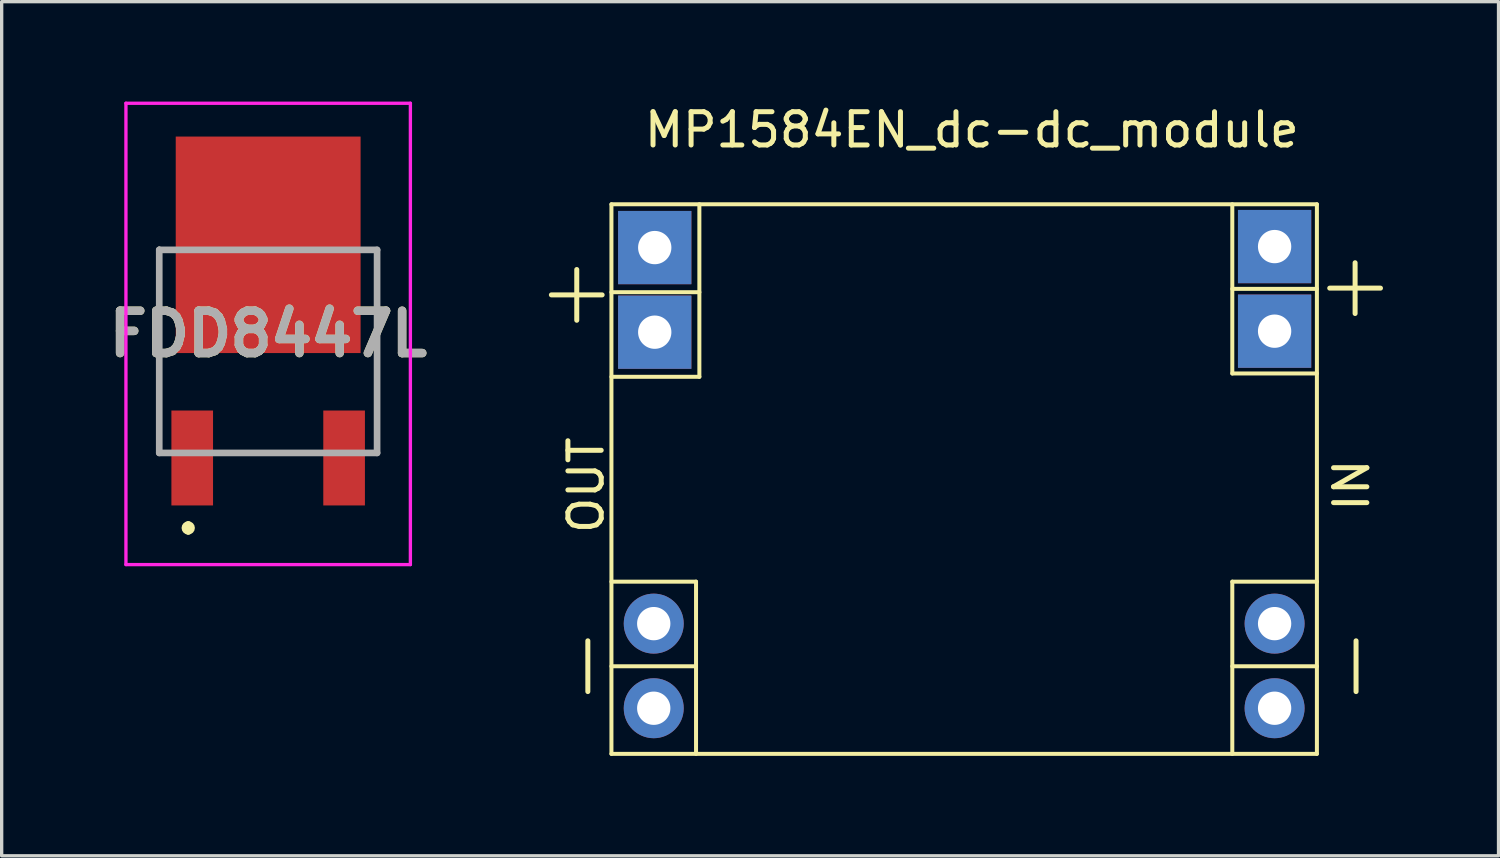
<source format=kicad_pcb>
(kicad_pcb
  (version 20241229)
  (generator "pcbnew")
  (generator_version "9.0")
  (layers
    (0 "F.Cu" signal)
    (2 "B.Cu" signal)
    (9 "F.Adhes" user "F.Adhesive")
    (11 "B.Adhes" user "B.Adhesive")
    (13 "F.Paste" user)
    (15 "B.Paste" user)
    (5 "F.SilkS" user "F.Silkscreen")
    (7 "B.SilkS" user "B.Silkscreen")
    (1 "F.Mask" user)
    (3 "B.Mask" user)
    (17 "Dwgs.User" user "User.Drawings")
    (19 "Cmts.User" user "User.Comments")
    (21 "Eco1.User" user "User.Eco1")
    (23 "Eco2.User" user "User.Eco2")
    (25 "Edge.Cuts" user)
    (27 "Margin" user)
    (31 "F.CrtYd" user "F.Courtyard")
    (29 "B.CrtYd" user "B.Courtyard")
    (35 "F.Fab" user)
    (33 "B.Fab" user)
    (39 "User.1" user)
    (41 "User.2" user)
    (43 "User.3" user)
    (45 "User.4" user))
  (footprint "FDD8447L"
    (layer "F.Cu")
    (at 5.001 7.5)
    (property "Reference" "FDD8447L" (at 0 -0.525 0) (layer "F.SilkS") (effects (font (size 1.27 1.27) (thickness 0.254))))
    (attr smd)
    (fp_line (start -3.27 -3.1) (end -3.27 3.048) (stroke (width 0.1) (type solid)) (layer "F.SilkS"))
    (fp_line (start -3.27 3.048) (end -3.1 3.048) (stroke (width 0.1) (type solid)) (layer "F.SilkS"))
    (fp_line (start -2.4 5.2) (end -2.4 5.2) (stroke (width 0.2) (type solid)) (layer "F.SilkS"))
    (fp_line (start -2.4 5.4) (end -2.4 5.4) (stroke (width 0.2) (type solid)) (layer "F.SilkS"))
    (fp_line (start -1.5 3.048) (end 1.5 3.048) (stroke (width 0.1) (type solid)) (layer "F.SilkS"))
    (fp_line (start 3.27 -3.048) (end 3.27 3.048) (stroke (width 0.1) (type solid)) (layer "F.SilkS"))
    (fp_line (start 3.27 3.048) (end 3.1 3.048) (stroke (width 0.1) (type solid)) (layer "F.SilkS"))
    (fp_arc (start -2.4 5.2) (mid -2.3 5.3) (end -2.4 5.4) (stroke (width 0.2) (type solid)) (layer "F.SilkS"))
    (fp_arc (start -2.4 5.4) (mid -2.5 5.3) (end -2.4 5.2) (stroke (width 0.2) (type solid)) (layer "F.SilkS"))
    (fp_line (start -4.27 -7.45) (end 4.27 -7.45) (stroke (width 0.1) (type solid)) (layer "F.CrtYd"))
    (fp_line (start -4.27 6.4) (end -4.27 -7.45) (stroke (width 0.1) (type solid)) (layer "F.CrtYd"))
    (fp_line (start 4.27 -7.45) (end 4.27 6.4) (stroke (width 0.1) (type solid)) (layer "F.CrtYd"))
    (fp_line (start 4.27 6.4) (end -4.27 6.4) (stroke (width 0.1) (type solid)) (layer "F.CrtYd"))
    (fp_line (start -3.27 -3.048) (end 3.27 -3.048) (stroke (width 0.2) (type solid)) (layer "F.Fab"))
    (fp_line (start -3.27 3.048) (end -3.27 -3.048) (stroke (width 0.2) (type solid)) (layer "F.Fab"))
    (fp_line (start 3.27 -3.048) (end 3.27 3.048) (stroke (width 0.2) (type solid)) (layer "F.Fab"))
    (fp_line (start 3.27 3.048) (end -3.27 3.048) (stroke (width 0.2) (type solid)) (layer "F.Fab"))
    (fp_text user "${REFERENCE}" (at 0 -0.525 0) (layer "F.Fab") (effects (font (size 1.27 1.27) (thickness 0.254))))
    (pad "1" smd rect (at -2.28 3.2) (size 1.25 2.85) (layers "F.Cu" "F.Mask" "F.Paste"))
    (pad "2" smd rect (at 0 -3.2) (size 5.55 6.5) (layers "F.Cu" "F.Mask" "F.Paste"))
    (pad "3" smd rect (at 2.28 3.2) (size 1.25 2.85) (layers "F.Cu" "F.Mask" "F.Paste")))
  (footprint "MP1584EN_dc-dc_module"
    (layer "F.Cu")
    (at 15.307 3.083)
    (property "Reference" "MP1584EN_dc-dc_module" (at 10.82 -2.235 0) (layer "F.SilkS") (effects (font (size 1 1) (thickness 0.15))))
    (attr through_hole)
    (fp_line (start 0 0) (end 0 16.5) (stroke (width 0.12) (type solid)) (layer "F.SilkS"))
    (fp_line (start 0 0) (end 21.18 0) (stroke (width 0.12) (type solid)) (layer "F.SilkS"))
    (fp_line (start 0 2.64) (end 2.64 2.64) (stroke (width 0.12) (type solid)) (layer "F.SilkS"))
    (fp_line (start 0 5.18) (end 2.64 5.18) (stroke (width 0.12) (type solid)) (layer "F.SilkS"))
    (fp_line (start 0 11.33) (end 2.54 11.33) (stroke (width 0.12) (type solid)) (layer "F.SilkS"))
    (fp_line (start 0 13.87) (end 2.54 13.87) (stroke (width 0.12) (type solid)) (layer "F.SilkS"))
    (fp_line (start 0 16.5) (end 21.18 16.5) (stroke (width 0.12) (type solid)) (layer "F.SilkS"))
    (fp_line (start 2.54 11.33) (end 2.54 16.5) (stroke (width 0.12) (type solid)) (layer "F.SilkS"))
    (fp_line (start 2.64 0) (end 2.64 5.18) (stroke (width 0.12) (type solid)) (layer "F.SilkS"))
    (fp_line (start 18.64 0) (end 18.64 5.08) (stroke (width 0.12) (type solid)) (layer "F.SilkS"))
    (fp_line (start 18.64 2.54) (end 21.18 2.54) (stroke (width 0.12) (type solid)) (layer "F.SilkS"))
    (fp_line (start 18.64 5.08) (end 21.18 5.08) (stroke (width 0.12) (type solid)) (layer "F.SilkS"))
    (fp_line (start 18.64 11.33) (end 18.64 16.5) (stroke (width 0.12) (type solid)) (layer "F.SilkS"))
    (fp_line (start 18.64 11.33) (end 21.18 11.33) (stroke (width 0.12) (type solid)) (layer "F.SilkS"))
    (fp_line (start 18.64 13.87) (end 21.18 13.87) (stroke (width 0.12) (type solid)) (layer "F.SilkS"))
    (fp_line (start 21.18 0) (end 21.18 16.5) (stroke (width 0.12) (type solid)) (layer "F.SilkS"))
    (fp_text user "-" (at -0.864 13.868 90) (layer "F.SilkS") (effects (font (size 2 2) (thickness 0.15))))
    (fp_text user "+" (at 22.327 2.362 0) (layer "F.SilkS") (effects (font (size 2 2) (thickness 0.15))))
    (fp_text user "-" (at 22.2 13.868 90) (layer "F.SilkS") (effects (font (size 2 2) (thickness 0.15))))
    (fp_text user "OUT" (at -0.762 8.433 90) (layer "F.SilkS") (effects (font (size 1 1) (thickness 0.15))))
    (fp_text user "IN" (at 22.225 8.433 90) (layer "F.SilkS") (effects (font (size 1 1) (thickness 0.15))))
    (fp_text user "+" (at -1.041 2.565 0) (layer "F.SilkS") (effects (font (size 2 2) (thickness 0.15))))
    (pad "1" thru_hole rect (at 1.3 1.3) (size 2.2 2.2) (drill 1) (layers "*.Cu" "*.Mask"))
    (pad "2" thru_hole rect (at 1.3 3.84) (size 2.2 2.2) (drill 1) (layers "*.Cu" "*.Mask"))
    (pad "3" thru_hole circle (at 1.27 12.59) (size 1.8 1.8) (drill 1) (layers "*.Cu" "*.Mask"))
    (pad "4" thru_hole circle (at 1.27 15.13) (size 1.8 1.8) (drill 1) (layers "*.Cu" "*.Mask"))
    (pad "5" thru_hole circle (at 19.91 12.59) (size 1.8 1.8) (drill 1) (layers "*.Cu" "*.Mask"))
    (pad "6" thru_hole circle (at 19.91 15.13) (size 1.8 1.8) (drill 1) (layers "*.Cu" "*.Mask"))
    (pad "7" thru_hole rect (at 19.91 1.27) (size 2.2 2.2) (drill 1) (layers "*.Cu" "*.Mask"))
    (pad "8" thru_hole rect (at 19.91 3.81) (size 2.2 2.2) (drill 1) (layers "*.Cu" "*.Mask")))
  (gr_rect
    (start -3 -3)
    (end 41.94 22.643)
    (stroke (width 0.1) (type default))
    (fill no)
    (layer "Edge.Cuts")))
</source>
